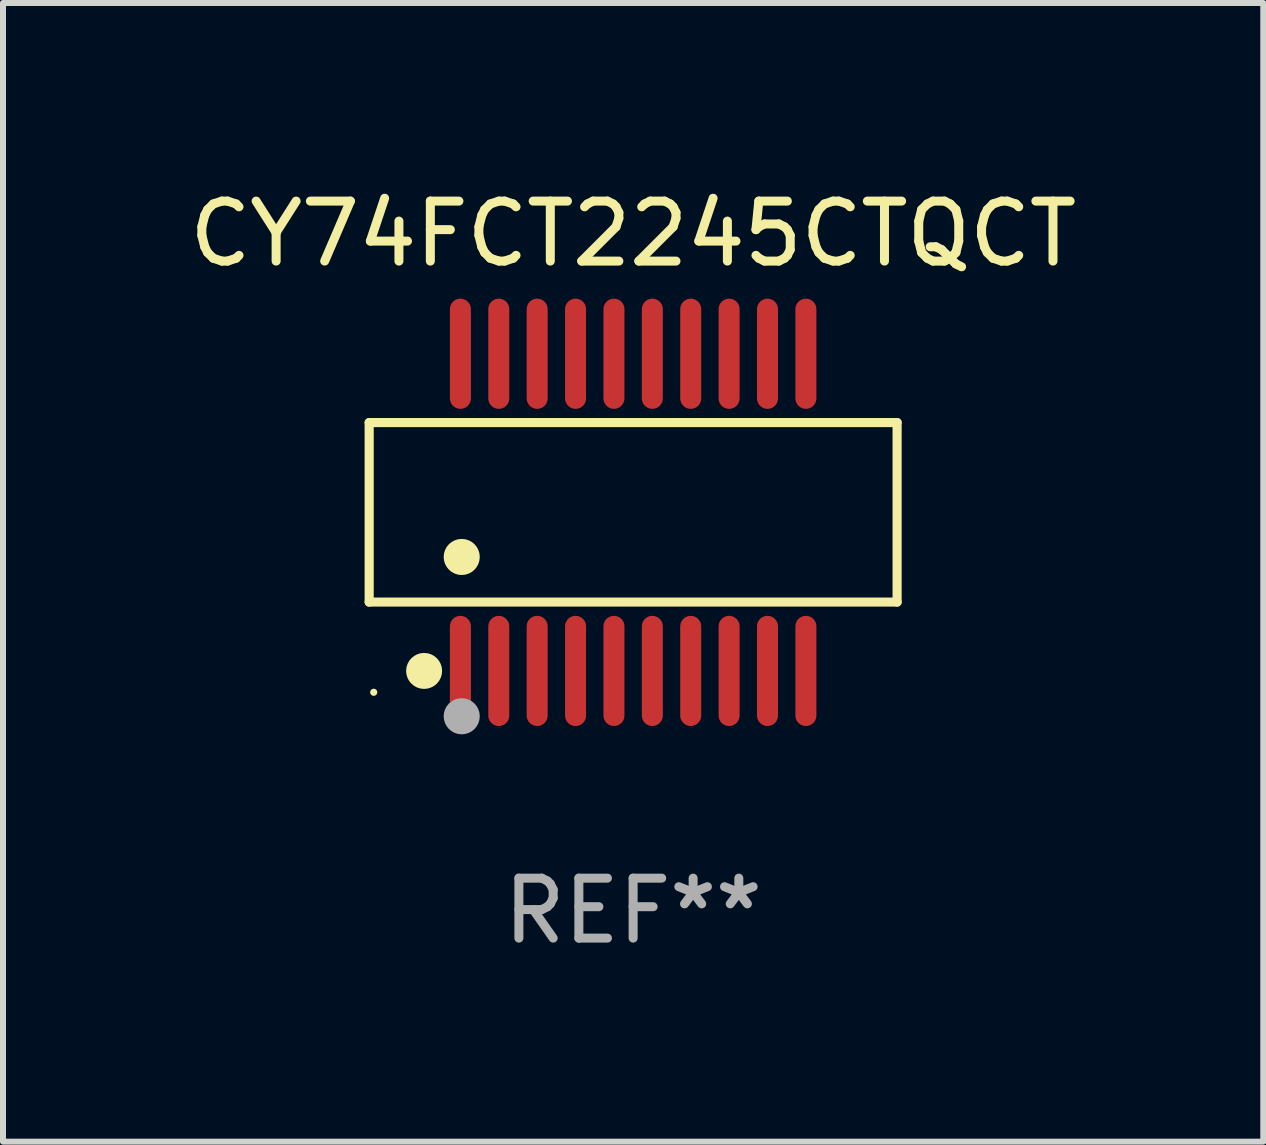
<source format=kicad_pcb>
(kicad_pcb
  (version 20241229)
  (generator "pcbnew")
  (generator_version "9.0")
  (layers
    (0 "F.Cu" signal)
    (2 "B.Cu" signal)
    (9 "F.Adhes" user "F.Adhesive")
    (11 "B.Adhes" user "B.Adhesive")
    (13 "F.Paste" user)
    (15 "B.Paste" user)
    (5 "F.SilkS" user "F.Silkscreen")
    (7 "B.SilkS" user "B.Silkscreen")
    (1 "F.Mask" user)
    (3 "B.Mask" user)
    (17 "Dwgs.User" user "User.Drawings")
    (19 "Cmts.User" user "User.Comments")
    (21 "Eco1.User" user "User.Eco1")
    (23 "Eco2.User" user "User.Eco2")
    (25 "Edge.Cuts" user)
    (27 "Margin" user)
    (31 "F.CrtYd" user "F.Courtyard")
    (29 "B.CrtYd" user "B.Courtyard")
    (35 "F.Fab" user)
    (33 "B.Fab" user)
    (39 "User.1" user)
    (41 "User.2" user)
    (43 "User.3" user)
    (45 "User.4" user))
  (footprint "CY74FCT2245CTQCT"
    (layer "F.Cu")
    (at 7.506 5.492)
    (property "Reference" "CY74FCT2245CTQCT" (at 0 -4.644 0) (layer "F.SilkS") (effects (font (size 1 1) (thickness 0.15))))
    (attr through_hole)
    (fp_line (start -4.401 -1.497) (end 4.401 -1.497) (stroke (width 0.152) (type solid)) (layer "F.SilkS"))
    (fp_line (start -4.401 1.496) (end -4.401 -1.497) (stroke (width 0.152) (type solid)) (layer "F.SilkS"))
    (fp_line (start 4.401 -1.497) (end 4.401 1.496) (stroke (width 0.152) (type solid)) (layer "F.SilkS"))
    (fp_line (start 4.401 1.496) (end -4.401 1.496) (stroke (width 0.152) (type solid)) (layer "F.SilkS"))
    (fp_circle (center -4.325 3) (end -4.295 3) (stroke (width 0.06) (type solid)) (fill no) (layer "F.SilkS"))
    (fp_circle (center -3.485 2.644) (end -3.335 2.644) (stroke (width 0.3) (type solid)) (fill no) (layer "F.SilkS"))
    (fp_circle (center -2.858 0.744) (end -2.707 0.744) (stroke (width 0.3) (type solid)) (fill no) (layer "F.SilkS"))
    (fp_circle (center -2.858 3.4) (end -2.707 3.4) (stroke (width 0.3) (type solid)) (fill no) (layer "F.Fab"))
    (fp_text user "REF**" (at 0 6.644 0) (layer "F.Fab") (effects (font (size 1 1) (thickness 0.15))))
    (pad "1" smd oval (at -2.88 2.644) (size 0.35 1.837) (layers "F.Cu" "F.Mask" "F.Paste"))
    (pad "2" smd oval (at -2.24 2.644) (size 0.35 1.837) (layers "F.Cu" "F.Mask" "F.Paste"))
    (pad "3" smd oval (at -1.6 2.644) (size 0.35 1.837) (layers "F.Cu" "F.Mask" "F.Paste"))
    (pad "4" smd oval (at -0.96 2.644) (size 0.35 1.837) (layers "F.Cu" "F.Mask" "F.Paste"))
    (pad "5" smd oval (at -0.32 2.644) (size 0.35 1.837) (layers "F.Cu" "F.Mask" "F.Paste"))
    (pad "6" smd oval (at 0.32 2.644) (size 0.35 1.837) (layers "F.Cu" "F.Mask" "F.Paste"))
    (pad "7" smd oval (at 0.96 2.644) (size 0.35 1.837) (layers "F.Cu" "F.Mask" "F.Paste"))
    (pad "8" smd oval (at 1.6 2.644) (size 0.35 1.837) (layers "F.Cu" "F.Mask" "F.Paste"))
    (pad "9" smd oval (at 2.24 2.644) (size 0.35 1.837) (layers "F.Cu" "F.Mask" "F.Paste"))
    (pad "10" smd oval (at 2.88 2.644) (size 0.35 1.837) (layers "F.Cu" "F.Mask" "F.Paste"))
    (pad "11" smd oval (at 2.88 -2.644 180) (size 0.35 1.837) (layers "F.Cu" "F.Mask" "F.Paste"))
    (pad "12" smd oval (at 2.24 -2.644 180) (size 0.35 1.837) (layers "F.Cu" "F.Mask" "F.Paste"))
    (pad "13" smd oval (at 1.6 -2.644 180) (size 0.35 1.837) (layers "F.Cu" "F.Mask" "F.Paste"))
    (pad "14" smd oval (at 0.96 -2.644 180) (size 0.35 1.837) (layers "F.Cu" "F.Mask" "F.Paste"))
    (pad "15" smd oval (at 0.32 -2.644 180) (size 0.35 1.837) (layers "F.Cu" "F.Mask" "F.Paste"))
    (pad "16" smd oval (at -0.32 -2.644 180) (size 0.35 1.837) (layers "F.Cu" "F.Mask" "F.Paste"))
    (pad "17" smd oval (at -0.96 -2.644 180) (size 0.35 1.837) (layers "F.Cu" "F.Mask" "F.Paste"))
    (pad "18" smd oval (at -1.6 -2.644 180) (size 0.35 1.837) (layers "F.Cu" "F.Mask" "F.Paste"))
    (pad "19" smd oval (at -2.24 -2.644 180) (size 0.35 1.837) (layers "F.Cu" "F.Mask" "F.Paste"))
    (pad "20" smd oval (at -2.88 -2.644 180) (size 0.35 1.837) (layers "F.Cu" "F.Mask" "F.Paste")))
  (gr_rect
    (start -3 -3)
    (end 18.012 15.984)
    (stroke (width 0.1) (type default))
    (fill no)
    (layer "Edge.Cuts")))
</source>
